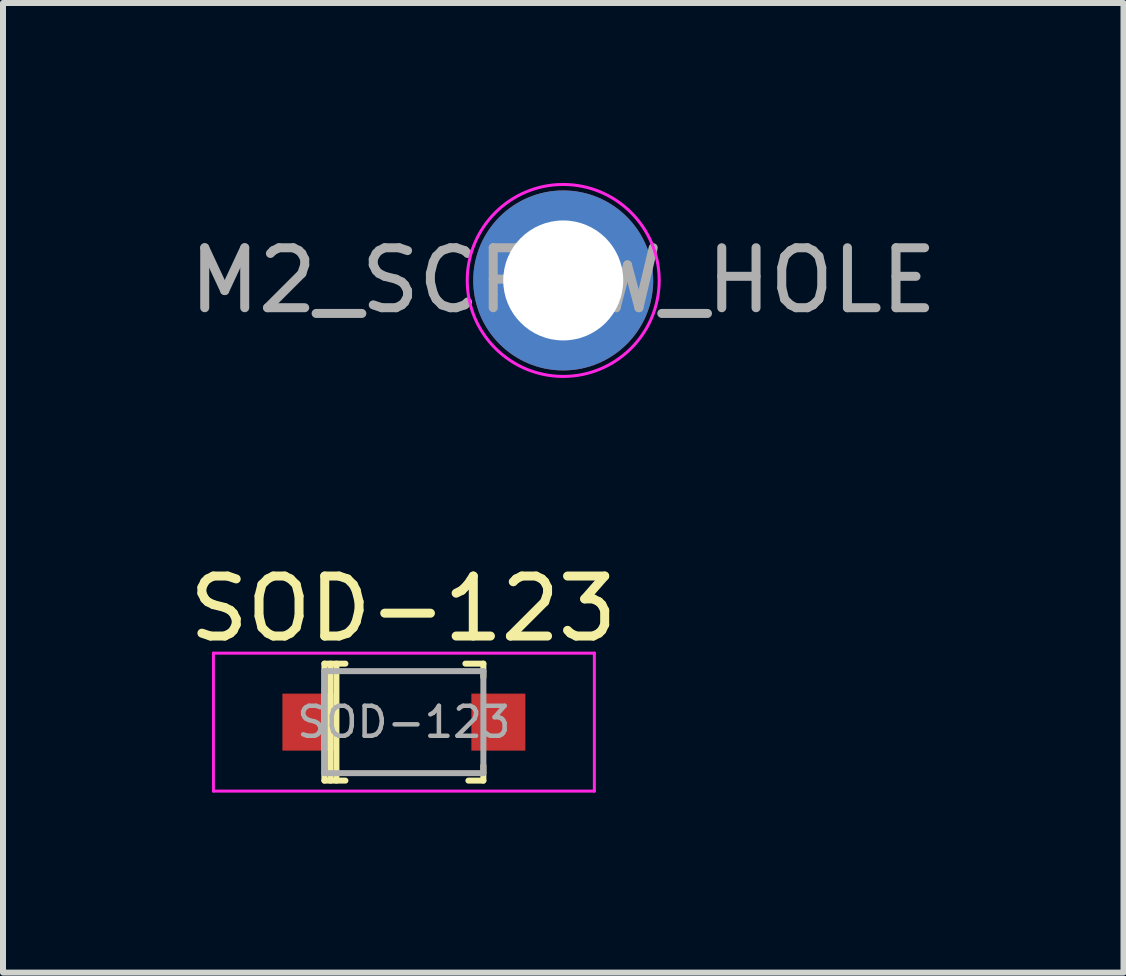
<source format=kicad_pcb>
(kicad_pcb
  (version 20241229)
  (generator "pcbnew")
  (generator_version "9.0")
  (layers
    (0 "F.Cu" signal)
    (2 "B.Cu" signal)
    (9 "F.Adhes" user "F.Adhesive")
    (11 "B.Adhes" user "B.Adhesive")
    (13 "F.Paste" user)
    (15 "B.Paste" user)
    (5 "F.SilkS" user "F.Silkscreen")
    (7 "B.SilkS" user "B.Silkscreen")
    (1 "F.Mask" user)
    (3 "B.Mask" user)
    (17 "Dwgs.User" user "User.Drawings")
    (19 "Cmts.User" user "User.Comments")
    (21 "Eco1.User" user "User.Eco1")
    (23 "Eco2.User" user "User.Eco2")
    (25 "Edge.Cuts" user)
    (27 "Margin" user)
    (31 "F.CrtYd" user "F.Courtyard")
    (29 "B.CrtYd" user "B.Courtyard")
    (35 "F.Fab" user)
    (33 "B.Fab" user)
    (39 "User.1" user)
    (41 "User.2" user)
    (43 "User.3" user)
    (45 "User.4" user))
  (footprint "SOD-123"
    (layer "F.Cu")
    (at 3.683 8.988)
    (property "Reference" "SOD-123" (at -0.01 -1.89 0) (layer "F.SilkS") (effects (font (size 1 1) (thickness 0.15))))
    (attr smd)
    (fp_line (start -1.325 -0.975) (end -1.325 0.975) (stroke (width 0.1) (type solid)) (layer "F.SilkS"))
    (fp_line (start -1.225 -0.975) (end -1.225 0.975) (stroke (width 0.1) (type solid)) (layer "F.SilkS"))
    (fp_line (start -1.125 -0.975) (end -1.125 0.975) (stroke (width 0.1) (type solid)) (layer "F.SilkS"))
    (fp_line (start -0.975 -0.975) (end -1.325 -0.975) (stroke (width 0.1) (type solid)) (layer "F.SilkS"))
    (fp_line (start -0.975 0.975) (end -1.325 0.975) (stroke (width 0.1) (type solid)) (layer "F.SilkS"))
    (fp_line (start 1.025 -0.975) (end 1.325 -0.975) (stroke (width 0.1) (type solid)) (layer "F.SilkS"))
    (fp_line (start 1.325 -0.975) (end 1.325 -0.75) (stroke (width 0.1) (type solid)) (layer "F.SilkS"))
    (fp_line (start 1.325 0.725) (end 1.325 0.975) (stroke (width 0.1) (type solid)) (layer "F.SilkS"))
    (fp_line (start 1.325 0.975) (end 1.075 0.975) (stroke (width 0.1) (type solid)) (layer "F.SilkS"))
    (fp_line (start -3.175 1.15) (end -3.175 -1.15) (stroke (width 0.05) (type solid)) (layer "F.CrtYd"))
    (fp_line (start 3.175 -1.15) (end -3.175 -1.15) (stroke (width 0.05) (type solid)) (layer "F.CrtYd"))
    (fp_line (start 3.175 -1.15) (end 3.175 1.15) (stroke (width 0.05) (type solid)) (layer "F.CrtYd"))
    (fp_line (start 3.175 1.15) (end -3.175 1.15) (stroke (width 0.05) (type solid)) (layer "F.CrtYd"))
    (fp_line (start -1.325 -0.85) (end -1.325 0.85) (stroke (width 0.1) (type solid)) (layer "F.Fab"))
    (fp_line (start -1.325 -0.85) (end 1.325 -0.85) (stroke (width 0.1) (type solid)) (layer "F.Fab"))
    (fp_line (start -1.325 0.85) (end 1.325 0.85) (stroke (width 0.1) (type solid)) (layer "F.Fab"))
    (fp_line (start 1.325 -0.85) (end 1.325 0.85) (stroke (width 0.1) (type solid)) (layer "F.Fab"))
    (fp_text user "${REFERENCE}" (at 0 0 0) (layer "F.Fab") (effects (font (size 0.5 0.5) (thickness 0.075))))
    (pad "1" smd rect (at -1.575 0) (size 0.9 0.95) (layers "F.Cu" "F.Mask" "F.Paste"))
    (pad "2" smd rect (at 1.575 0) (size 0.9 0.95) (layers "F.Cu" "F.Mask" "F.Paste")))
  (footprint "M2_SCREW_HOLE"
    (layer "F.Cu")
    (at 6.339 1.625)
    (property "Reference" "M2_SCREW_HOLE" (at 0 0 0) (layer "F.Fab") (effects (font (size 1 1) (thickness 0.15))))
    (attr through_hole)
    (fp_circle (center 0 0) (end 1.6 0) (stroke (width 0.05) (type solid)) (fill no) (layer "F.CrtYd"))
    (pad "1" thru_hole circle (at 0 0) (size 3 3) (drill 2) (layers "*.Cu" "*.Mask")))
  (gr_rect
    (start -3 -3)
    (end 15.679 13.163)
    (stroke (width 0.1) (type default))
    (fill no)
    (layer "Edge.Cuts")))
</source>
